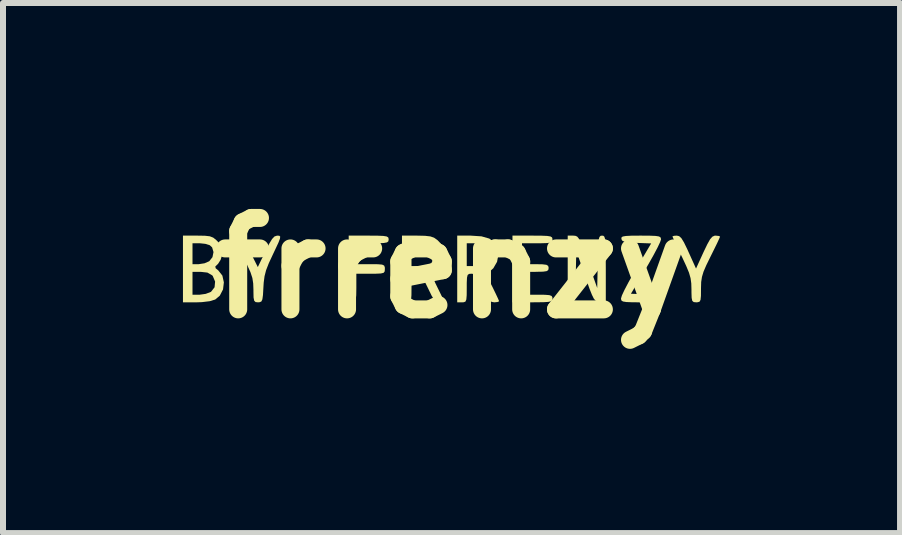
<source format=kicad_pcb>
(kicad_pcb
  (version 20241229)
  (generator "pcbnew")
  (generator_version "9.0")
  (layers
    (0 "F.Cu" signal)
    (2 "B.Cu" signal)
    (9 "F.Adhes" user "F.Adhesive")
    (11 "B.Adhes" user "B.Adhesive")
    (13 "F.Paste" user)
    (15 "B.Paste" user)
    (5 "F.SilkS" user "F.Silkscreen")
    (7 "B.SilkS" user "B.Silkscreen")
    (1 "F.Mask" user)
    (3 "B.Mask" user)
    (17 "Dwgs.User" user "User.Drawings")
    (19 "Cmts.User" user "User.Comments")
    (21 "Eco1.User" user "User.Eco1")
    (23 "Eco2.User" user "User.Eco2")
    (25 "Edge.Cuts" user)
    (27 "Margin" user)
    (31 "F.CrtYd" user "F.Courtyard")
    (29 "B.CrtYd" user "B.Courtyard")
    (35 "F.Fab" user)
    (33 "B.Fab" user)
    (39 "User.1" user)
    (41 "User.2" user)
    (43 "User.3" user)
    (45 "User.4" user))
  (footprint "frrenzy"
    (layer "F.Cu")
    (at 4.477 1.418)
    (property "Reference" "frrenzy" (at 0 0 0) (layer "F.SilkS") (effects (font (size 1.524 1.524) (thickness 0.3))))
    (attr board_only exclude_from_pos_files exclude_from_bom)
    (fp_poly (pts (xy -1.232 -0.539) (xy -1.136 -0.535) (xy -1.081 -0.526) (xy -1.055 -0.51) (xy -1.048 -0.484) (xy -1.048 -0.476) (xy -1.053 -0.445) (xy -1.076 -0.427) (xy -1.13 -0.417) (xy -1.227 -0.413) (xy -1.318 -0.413) (xy -1.587 -0.413) (xy -1.587 -0.064) (xy -1.349 -0.064) (xy -1.228 -0.063) (xy -1.157 -0.057) (xy -1.123 -0.041) (xy -1.112 -0.012) (xy -1.111 0.016) (xy -1.114 0.056) (xy -1.132 0.08) (xy -1.178 0.091) (xy -1.266 0.095) (xy -1.349 0.095) (xy -1.587 0.095) (xy -1.587 0.333) (xy -1.589 0.455) (xy -1.596 0.527) (xy -1.612 0.561) (xy -1.64 0.571) (xy -1.651 0.572) (xy -1.674 0.569) (xy -1.69 0.555) (xy -1.702 0.52) (xy -1.709 0.457) (xy -1.713 0.357) (xy -1.714 0.21) (xy -1.714 0.016) (xy -1.714 -0.54) (xy -1.381 -0.54)) (stroke (width 0) (type solid)) (fill yes) (layer "F.SilkS"))
    (fp_poly (pts (xy 1.498 -0.539) (xy 1.595 -0.535) (xy 1.65 -0.526) (xy 1.676 -0.51) (xy 1.683 -0.484) (xy 1.683 -0.476) (xy 1.677 -0.445) (xy 1.653 -0.426) (xy 1.597 -0.416) (xy 1.496 -0.413) (xy 1.429 -0.413) (xy 1.175 -0.413) (xy 1.175 -0.064) (xy 1.397 -0.064) (xy 1.514 -0.062) (xy 1.581 -0.054) (xy 1.611 -0.036) (xy 1.619 -0.005) (xy 1.619 0) (xy 1.613 0.033) (xy 1.586 0.052) (xy 1.525 0.061) (xy 1.415 0.063) (xy 1.397 0.064) (xy 1.175 0.064) (xy 1.175 0.445) (xy 1.429 0.445) (xy 1.555 0.446) (xy 1.631 0.452) (xy 1.669 0.466) (xy 1.682 0.491) (xy 1.683 0.508) (xy 1.679 0.536) (xy 1.659 0.555) (xy 1.611 0.565) (xy 1.526 0.57) (xy 1.391 0.571) (xy 1.349 0.572) (xy 1.016 0.572) (xy 1.016 -0.54) (xy 1.349 -0.54)) (stroke (width 0) (type solid)) (fill yes) (layer "F.SilkS"))
    (fp_poly (pts (xy -2.871 -0.538) (xy -2.856 -0.524) (xy -2.86 -0.49) (xy -2.885 -0.424) (xy -2.935 -0.317) (xy -2.976 -0.23) (xy -3.046 -0.08) (xy -3.091 0.036) (xy -3.117 0.137) (xy -3.131 0.244) (xy -3.136 0.325) (xy -3.143 0.449) (xy -3.153 0.522) (xy -3.17 0.558) (xy -3.199 0.57) (xy -3.225 0.572) (xy -3.266 0.568) (xy -3.289 0.546) (xy -3.3 0.493) (xy -3.302 0.394) (xy -3.302 0.364) (xy -3.306 0.257) (xy -3.32 0.166) (xy -3.352 0.069) (xy -3.407 -0.052) (xy -3.441 -0.12) (xy -3.521 -0.282) (xy -3.574 -0.397) (xy -3.601 -0.472) (xy -3.606 -0.515) (xy -3.59 -0.535) (xy -3.558 -0.54) (xy -3.518 -0.525) (xy -3.473 -0.476) (xy -3.416 -0.382) (xy -3.361 -0.278) (xy -3.229 -0.016) (xy -3.103 -0.278) (xy -3.039 -0.405) (xy -2.991 -0.484) (xy -2.951 -0.526) (xy -2.911 -0.539) (xy -2.902 -0.54)) (stroke (width 0) (type solid)) (fill yes) (layer "F.SilkS"))
    (fp_poly (pts (xy 4.459 -0.534) (xy 4.477 -0.523) (xy 4.463 -0.49) (xy 4.427 -0.412) (xy 4.373 -0.302) (xy 4.318 -0.191) (xy 4.247 -0.046) (xy 4.201 0.061) (xy 4.175 0.148) (xy 4.162 0.233) (xy 4.159 0.334) (xy 4.159 0.349) (xy 4.158 0.465) (xy 4.151 0.532) (xy 4.134 0.562) (xy 4.101 0.571) (xy 4.08 0.572) (xy 4.038 0.568) (xy 4.014 0.548) (xy 4.003 0.498) (xy 4 0.404) (xy 4 0.357) (xy 3.997 0.256) (xy 3.985 0.169) (xy 3.959 0.078) (xy 3.913 -0.033) (xy 3.843 -0.183) (xy 3.841 -0.186) (xy 3.779 -0.317) (xy 3.728 -0.426) (xy 3.694 -0.5) (xy 3.683 -0.528) (xy 3.71 -0.537) (xy 3.756 -0.54) (xy 3.795 -0.531) (xy 3.832 -0.497) (xy 3.875 -0.427) (xy 3.931 -0.312) (xy 3.952 -0.265) (xy 4.076 0.009) (xy 4.201 -0.265) (xy 4.264 -0.396) (xy 4.31 -0.478) (xy 4.348 -0.522) (xy 4.386 -0.539) (xy 4.402 -0.54)) (stroke (width 0) (type solid)) (fill yes) (layer "F.SilkS"))
    (fp_poly (pts (xy 3.306 -0.539) (xy 3.403 -0.535) (xy 3.459 -0.526) (xy 3.485 -0.51) (xy 3.492 -0.485) (xy 3.493 -0.478) (xy 3.477 -0.431) (xy 3.434 -0.34) (xy 3.369 -0.217) (xy 3.288 -0.073) (xy 3.242 0.006) (xy 2.991 0.429) (xy 3.242 0.438) (xy 3.368 0.444) (xy 3.443 0.454) (xy 3.48 0.47) (xy 3.492 0.497) (xy 3.493 0.509) (xy 3.488 0.537) (xy 3.467 0.555) (xy 3.419 0.565) (xy 3.331 0.57) (xy 3.194 0.571) (xy 3.159 0.572) (xy 3.011 0.571) (xy 2.914 0.567) (xy 2.859 0.558) (xy 2.833 0.542) (xy 2.826 0.516) (xy 2.826 0.506) (xy 2.841 0.456) (xy 2.884 0.364) (xy 2.949 0.24) (xy 3.03 0.095) (xy 3.077 0.015) (xy 3.328 -0.41) (xy 3.085 -0.419) (xy 2.959 -0.427) (xy 2.883 -0.438) (xy 2.844 -0.458) (xy 2.832 -0.484) (xy 2.833 -0.509) (xy 2.854 -0.525) (xy 2.906 -0.534) (xy 3 -0.539) (xy 3.147 -0.54) (xy 3.157 -0.54)) (stroke (width 0) (type solid)) (fill yes) (layer "F.SilkS"))
    (fp_poly (pts (xy 2.065 -0.537) (xy 2.095 -0.524) (xy 2.122 -0.491) (xy 2.154 -0.429) (xy 2.193 -0.329) (xy 2.247 -0.182) (xy 2.274 -0.103) (xy 2.429 0.333) (xy 2.438 -0.103) (xy 2.442 -0.277) (xy 2.447 -0.398) (xy 2.454 -0.475) (xy 2.466 -0.517) (xy 2.484 -0.536) (xy 2.508 -0.54) (xy 2.509 -0.54) (xy 2.532 -0.537) (xy 2.548 -0.522) (xy 2.559 -0.487) (xy 2.566 -0.423) (xy 2.57 -0.321) (xy 2.571 -0.172) (xy 2.572 0.018) (xy 2.572 0.576) (xy 2.472 0.566) (xy 2.432 0.559) (xy 2.401 0.544) (xy 2.372 0.51) (xy 2.341 0.447) (xy 2.301 0.347) (xy 2.249 0.199) (xy 2.226 0.133) (xy 2.08 -0.289) (xy 2.071 0.141) (xy 2.067 0.314) (xy 2.062 0.433) (xy 2.054 0.509) (xy 2.042 0.55) (xy 2.024 0.568) (xy 1.999 0.572) (xy 1.977 0.569) (xy 1.96 0.554) (xy 1.949 0.519) (xy 1.942 0.455) (xy 1.939 0.352) (xy 1.937 0.203) (xy 1.937 0.016) (xy 1.937 -0.54) (xy 2.028 -0.54)) (stroke (width 0) (type solid)) (fill yes) (layer "F.SilkS"))
    (fp_poly (pts (xy 0.5 -0.528) (xy 0.63 -0.491) (xy 0.717 -0.425) (xy 0.762 -0.349) (xy 0.783 -0.229) (xy 0.759 -0.103) (xy 0.697 0.004) (xy 0.651 0.045) (xy 0.571 0.097) (xy 0.683 0.317) (xy 0.735 0.424) (xy 0.774 0.507) (xy 0.793 0.552) (xy 0.794 0.555) (xy 0.766 0.567) (xy 0.713 0.572) (xy 0.668 0.564) (xy 0.63 0.534) (xy 0.589 0.471) (xy 0.536 0.362) (xy 0.523 0.333) (xy 0.466 0.214) (xy 0.423 0.142) (xy 0.385 0.106) (xy 0.342 0.095) (xy 0.334 0.095) (xy 0.293 0.098) (xy 0.269 0.116) (xy 0.258 0.161) (xy 0.254 0.248) (xy 0.254 0.333) (xy 0.253 0.454) (xy 0.247 0.525) (xy 0.232 0.56) (xy 0.203 0.571) (xy 0.175 0.572) (xy 0.095 0.572) (xy 0.095 -0.032) (xy 0.254 -0.032) (xy 0.386 -0.032) (xy 0.496 -0.046) (xy 0.575 -0.083) (xy 0.577 -0.084) (xy 0.626 -0.167) (xy 0.628 -0.267) (xy 0.582 -0.355) (xy 0.502 -0.4) (xy 0.392 -0.413) (xy 0.254 -0.413) (xy 0.254 -0.032) (xy 0.095 -0.032) (xy 0.095 -0.54) (xy 0.319 -0.54)) (stroke (width 0) (type solid)) (fill yes) (layer "F.SilkS"))
    (fp_poly (pts (xy -4.111 -0.538) (xy -4.03 -0.529) (xy -3.973 -0.507) (xy -3.922 -0.466) (xy -3.899 -0.443) (xy -3.837 -0.372) (xy -3.815 -0.308) (xy -3.821 -0.229) (xy -3.849 -0.137) (xy -3.893 -0.068) (xy -3.899 -0.063) (xy -3.938 -0.025) (xy -3.931 0.005) (xy -3.889 0.039) (xy -3.82 0.126) (xy -3.795 0.239) (xy -3.809 0.357) (xy -3.863 0.461) (xy -3.939 0.525) (xy -4.03 0.553) (xy -4.163 0.569) (xy -4.253 0.572) (xy -4.477 0.572) (xy -4.477 0.445) (xy -4.318 0.445) (xy -4.198 0.445) (xy -4.098 0.431) (xy -4.014 0.399) (xy -4.008 0.395) (xy -3.95 0.321) (xy -3.941 0.226) (xy -3.98 0.133) (xy -3.99 0.122) (xy -4.07 0.076) (xy -4.18 0.064) (xy -4.318 0.064) (xy -4.318 0.445) (xy -4.477 0.445) (xy -4.477 -0.064) (xy -4.318 -0.064) (xy -4.214 -0.064) (xy -4.117 -0.079) (xy -4.039 -0.113) (xy -3.985 -0.181) (xy -3.968 -0.266) (xy -3.991 -0.344) (xy -4.03 -0.38) (xy -4.104 -0.403) (xy -4.199 -0.413) (xy -4.205 -0.413) (xy -4.318 -0.413) (xy -4.318 -0.064) (xy -4.477 -0.064) (xy -4.477 -0.54) (xy -4.236 -0.54)) (stroke (width 0) (type solid)) (fill yes) (layer "F.SilkS"))
    (fp_poly (pts (xy -0.441 -0.537) (xy -0.353 -0.527) (xy -0.292 -0.506) (xy -0.238 -0.468) (xy -0.232 -0.463) (xy -0.177 -0.406) (xy -0.151 -0.342) (xy -0.143 -0.245) (xy -0.143 -0.222) (xy -0.148 -0.116) (xy -0.171 -0.048) (xy -0.22 0.008) (xy -0.23 0.017) (xy -0.288 0.076) (xy -0.317 0.122) (xy -0.318 0.126) (xy -0.304 0.171) (xy -0.269 0.253) (xy -0.222 0.349) (xy -0.174 0.447) (xy -0.14 0.521) (xy -0.127 0.555) (xy -0.154 0.567) (xy -0.205 0.572) (xy -0.249 0.563) (xy -0.287 0.531) (xy -0.33 0.464) (xy -0.386 0.349) (xy -0.394 0.333) (xy -0.452 0.214) (xy -0.495 0.142) (xy -0.533 0.106) (xy -0.575 0.095) (xy -0.585 0.095) (xy -0.627 0.098) (xy -0.651 0.115) (xy -0.663 0.16) (xy -0.666 0.246) (xy -0.667 0.333) (xy -0.668 0.454) (xy -0.674 0.525) (xy -0.689 0.56) (xy -0.718 0.571) (xy -0.746 0.572) (xy -0.826 0.572) (xy -0.826 -0.032) (xy -0.667 -0.032) (xy -0.526 -0.032) (xy -0.414 -0.044) (xy -0.339 -0.078) (xy -0.336 -0.082) (xy -0.293 -0.165) (xy -0.293 -0.265) (xy -0.337 -0.354) (xy -0.338 -0.355) (xy -0.419 -0.4) (xy -0.529 -0.413) (xy -0.667 -0.413) (xy -0.667 -0.032) (xy -0.826 -0.032) (xy -0.826 -0.54) (xy -0.573 -0.54)) (stroke (width 0) (type solid)) (fill yes) (layer "F.SilkS")))
  (gr_rect
    (start -3 -3)
    (end 11.954 5.836)
    (stroke (width 0.1) (type default))
    (fill no)
    (layer "Edge.Cuts")))
</source>
